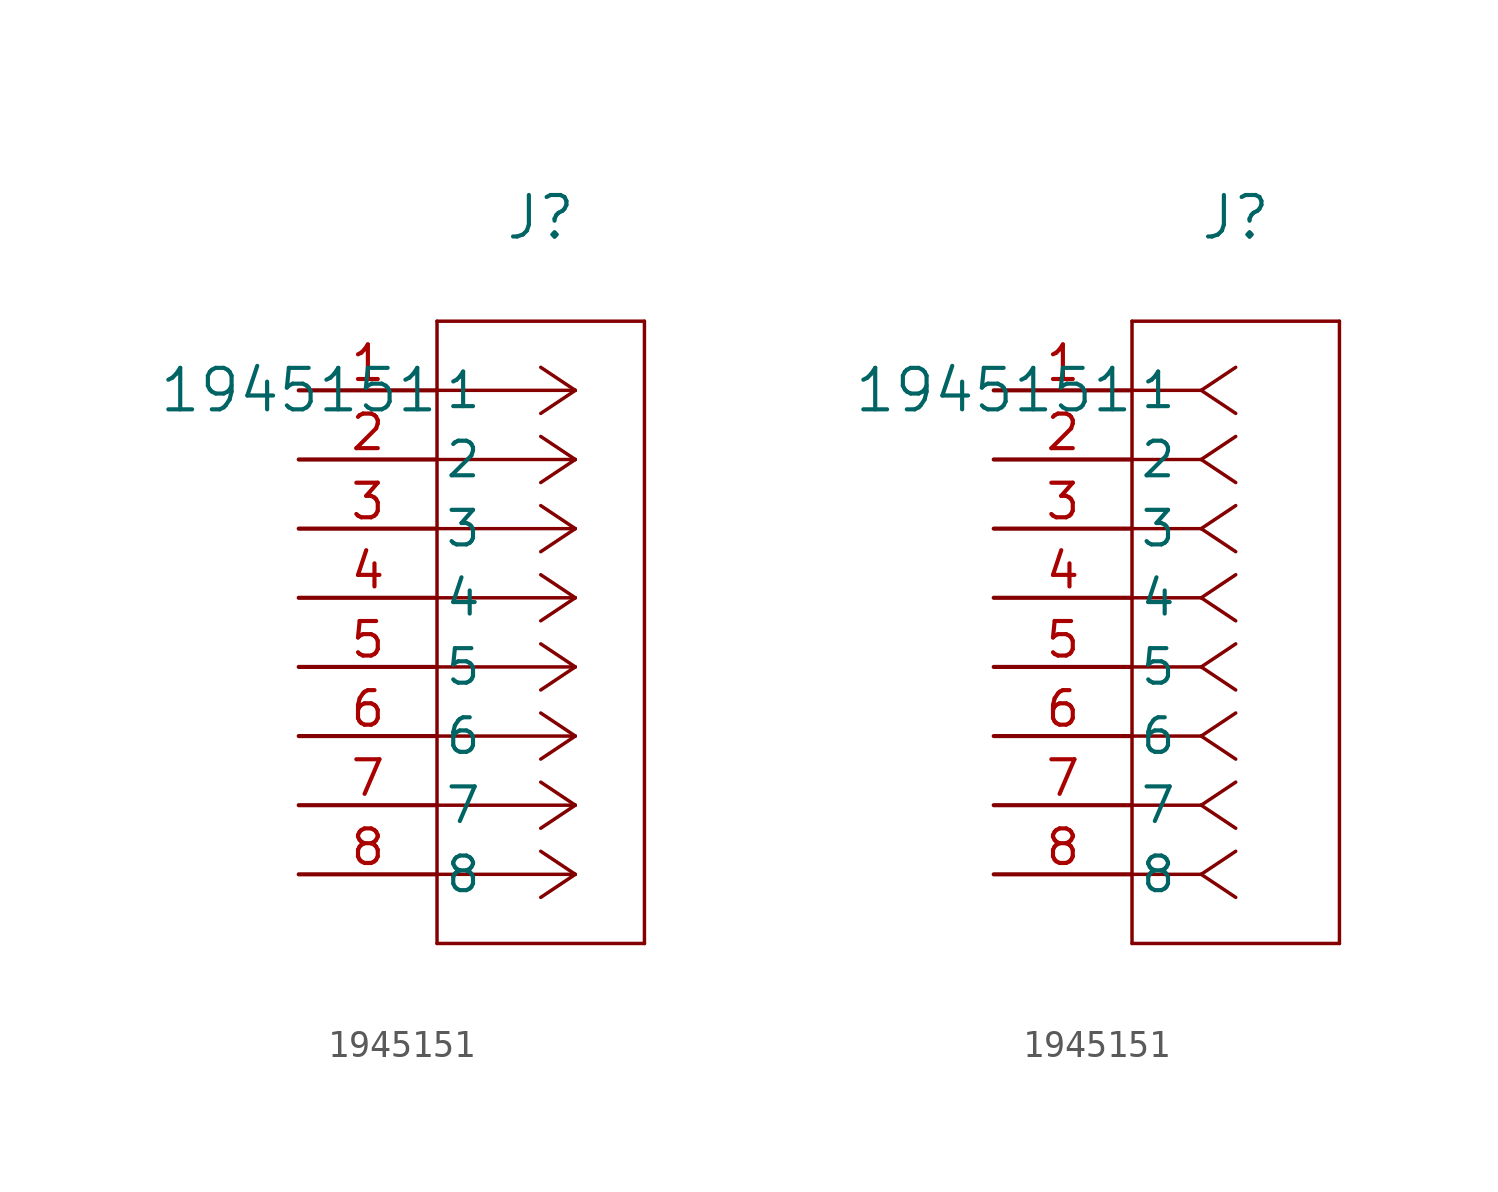
<source format=kicad_sym>
(kicad_symbol_lib
  (version 20211014)
  (generator kicad_symbol_editor)
  (symbol "1945151"
    (pin_names
      (offset 0.254))
    (property "Reference" "J"
      (at 8.89 6.35 0)
      (effects (font (size 1.524 1.524))))
    (property "Value" "1945151"
      (at 0 0 0)
      (effects (font (size 1.524 1.524))))
    (symbol "1945151_1_1"
      (polyline (pts (xy 10.16 0) (xy 5.08 0)) (stroke (width 0.127) (type default) (color 0 0 0 0)) (fill (type none)))
      (polyline (pts (xy 10.16 -2.54) (xy 5.08 -2.54)) (stroke (width 0.127) (type default) (color 0 0 0 0)) (fill (type none)))
      (polyline (pts (xy 10.16 -5.08) (xy 5.08 -5.08)) (stroke (width 0.127) (type default) (color 0 0 0 0)) (fill (type none)))
      (polyline (pts (xy 10.16 -7.62) (xy 5.08 -7.62)) (stroke (width 0.127) (type default) (color 0 0 0 0)) (fill (type none)))
      (polyline (pts (xy 10.16 -10.16) (xy 5.08 -10.16)) (stroke (width 0.127) (type default) (color 0 0 0 0)) (fill (type none)))
      (polyline (pts (xy 10.16 -12.7) (xy 5.08 -12.7)) (stroke (width 0.127) (type default) (color 0 0 0 0)) (fill (type none)))
      (polyline (pts (xy 10.16 -15.24) (xy 5.08 -15.24)) (stroke (width 0.127) (type default) (color 0 0 0 0)) (fill (type none)))
      (polyline (pts (xy 10.16 -17.78) (xy 5.08 -17.78)) (stroke (width 0.127) (type default) (color 0 0 0 0)) (fill (type none)))
      (polyline (pts (xy 10.16 0) (xy 8.89 0.847)) (stroke (width 0.127) (type default) (color 0 0 0 0)) (fill (type none)))
      (polyline (pts (xy 10.16 -2.54) (xy 8.89 -1.693)) (stroke (width 0.127) (type default) (color 0 0 0 0)) (fill (type none)))
      (polyline (pts (xy 10.16 -5.08) (xy 8.89 -4.233)) (stroke (width 0.127) (type default) (color 0 0 0 0)) (fill (type none)))
      (polyline (pts (xy 10.16 -7.62) (xy 8.89 -6.773)) (stroke (width 0.127) (type default) (color 0 0 0 0)) (fill (type none)))
      (polyline (pts (xy 10.16 -10.16) (xy 8.89 -9.313)) (stroke (width 0.127) (type default) (color 0 0 0 0)) (fill (type none)))
      (polyline (pts (xy 10.16 -12.7) (xy 8.89 -11.853)) (stroke (width 0.127) (type default) (color 0 0 0 0)) (fill (type none)))
      (polyline (pts (xy 10.16 -15.24) (xy 8.89 -14.393)) (stroke (width 0.127) (type default) (color 0 0 0 0)) (fill (type none)))
      (polyline (pts (xy 10.16 -17.78) (xy 8.89 -16.933)) (stroke (width 0.127) (type default) (color 0 0 0 0)) (fill (type none)))
      (polyline (pts (xy 10.16 0) (xy 8.89 -0.847)) (stroke (width 0.127) (type default) (color 0 0 0 0)) (fill (type none)))
      (polyline (pts (xy 10.16 -2.54) (xy 8.89 -3.387)) (stroke (width 0.127) (type default) (color 0 0 0 0)) (fill (type none)))
      (polyline (pts (xy 10.16 -5.08) (xy 8.89 -5.927)) (stroke (width 0.127) (type default) (color 0 0 0 0)) (fill (type none)))
      (polyline (pts (xy 10.16 -7.62) (xy 8.89 -8.467)) (stroke (width 0.127) (type default) (color 0 0 0 0)) (fill (type none)))
      (polyline (pts (xy 10.16 -10.16) (xy 8.89 -11.007)) (stroke (width 0.127) (type default) (color 0 0 0 0)) (fill (type none)))
      (polyline (pts (xy 10.16 -12.7) (xy 8.89 -13.547)) (stroke (width 0.127) (type default) (color 0 0 0 0)) (fill (type none)))
      (polyline (pts (xy 10.16 -15.24) (xy 8.89 -16.087)) (stroke (width 0.127) (type default) (color 0 0 0 0)) (fill (type none)))
      (polyline (pts (xy 10.16 -17.78) (xy 8.89 -18.627)) (stroke (width 0.127) (type default) (color 0 0 0 0)) (fill (type none)))
      (polyline (pts (xy 5.08 2.54) (xy 5.08 -20.32)) (stroke (width 0.127) (type default) (color 0 0 0 0)) (fill (type none)))
      (polyline (pts (xy 5.08 -20.32) (xy 12.7 -20.32)) (stroke (width 0.127) (type default) (color 0 0 0 0)) (fill (type none)))
      (polyline (pts (xy 12.7 -20.32) (xy 12.7 2.54)) (stroke (width 0.127) (type default) (color 0 0 0 0)) (fill (type none)))
      (polyline (pts (xy 12.7 2.54) (xy 5.08 2.54)) (stroke (width 0.127) (type default) (color 0 0 0 0)) (fill (type none)))
      (pin unspecified line (at 0 0 0) (length 5.08) (name "1" (effects (font (size 1.27 1.27)))) (number "1" (effects (font (size 1.27 1.27)))))
      (pin unspecified line (at 0 -2.54 0) (length 5.08) (name "2" (effects (font (size 1.27 1.27)))) (number "2" (effects (font (size 1.27 1.27)))))
      (pin unspecified line (at 0 -5.08 0) (length 5.08) (name "3" (effects (font (size 1.27 1.27)))) (number "3" (effects (font (size 1.27 1.27)))))
      (pin unspecified line (at 0 -7.62 0) (length 5.08) (name "4" (effects (font (size 1.27 1.27)))) (number "4" (effects (font (size 1.27 1.27)))))
      (pin unspecified line (at 0 -10.16 0) (length 5.08) (name "5" (effects (font (size 1.27 1.27)))) (number "5" (effects (font (size 1.27 1.27)))))
      (pin unspecified line (at 0 -12.7 0) (length 5.08) (name "6" (effects (font (size 1.27 1.27)))) (number "6" (effects (font (size 1.27 1.27)))))
      (pin unspecified line (at 0 -15.24 0) (length 5.08) (name "7" (effects (font (size 1.27 1.27)))) (number "7" (effects (font (size 1.27 1.27)))))
      (pin unspecified line (at 0 -17.78 0) (length 5.08) (name "8" (effects (font (size 1.27 1.27)))) (number "8" (effects (font (size 1.27 1.27))))))
    (symbol "1945151_1_2"
      (polyline (pts (xy 7.62 0) (xy 5.08 0)) (stroke (width 0.127) (type default) (color 0 0 0 0)) (fill (type none)))
      (polyline (pts (xy 7.62 -2.54) (xy 5.08 -2.54)) (stroke (width 0.127) (type default) (color 0 0 0 0)) (fill (type none)))
      (polyline (pts (xy 7.62 -5.08) (xy 5.08 -5.08)) (stroke (width 0.127) (type default) (color 0 0 0 0)) (fill (type none)))
      (polyline (pts (xy 7.62 -7.62) (xy 5.08 -7.62)) (stroke (width 0.127) (type default) (color 0 0 0 0)) (fill (type none)))
      (polyline (pts (xy 7.62 -10.16) (xy 5.08 -10.16)) (stroke (width 0.127) (type default) (color 0 0 0 0)) (fill (type none)))
      (polyline (pts (xy 7.62 -12.7) (xy 5.08 -12.7)) (stroke (width 0.127) (type default) (color 0 0 0 0)) (fill (type none)))
      (polyline (pts (xy 7.62 -15.24) (xy 5.08 -15.24)) (stroke (width 0.127) (type default) (color 0 0 0 0)) (fill (type none)))
      (polyline (pts (xy 7.62 -17.78) (xy 5.08 -17.78)) (stroke (width 0.127) (type default) (color 0 0 0 0)) (fill (type none)))
      (polyline (pts (xy 7.62 0) (xy 8.89 0.847)) (stroke (width 0.127) (type default) (color 0 0 0 0)) (fill (type none)))
      (polyline (pts (xy 7.62 -2.54) (xy 8.89 -1.693)) (stroke (width 0.127) (type default) (color 0 0 0 0)) (fill (type none)))
      (polyline (pts (xy 7.62 -5.08) (xy 8.89 -4.233)) (stroke (width 0.127) (type default) (color 0 0 0 0)) (fill (type none)))
      (polyline (pts (xy 7.62 -7.62) (xy 8.89 -6.773)) (stroke (width 0.127) (type default) (color 0 0 0 0)) (fill (type none)))
      (polyline (pts (xy 7.62 -10.16) (xy 8.89 -9.313)) (stroke (width 0.127) (type default) (color 0 0 0 0)) (fill (type none)))
      (polyline (pts (xy 7.62 -12.7) (xy 8.89 -11.853)) (stroke (width 0.127) (type default) (color 0 0 0 0)) (fill (type none)))
      (polyline (pts (xy 7.62 -15.24) (xy 8.89 -14.393)) (stroke (width 0.127) (type default) (color 0 0 0 0)) (fill (type none)))
      (polyline (pts (xy 7.62 -17.78) (xy 8.89 -16.933)) (stroke (width 0.127) (type default) (color 0 0 0 0)) (fill (type none)))
      (polyline (pts (xy 7.62 0) (xy 8.89 -0.847)) (stroke (width 0.127) (type default) (color 0 0 0 0)) (fill (type none)))
      (polyline (pts (xy 7.62 -2.54) (xy 8.89 -3.387)) (stroke (width 0.127) (type default) (color 0 0 0 0)) (fill (type none)))
      (polyline (pts (xy 7.62 -5.08) (xy 8.89 -5.927)) (stroke (width 0.127) (type default) (color 0 0 0 0)) (fill (type none)))
      (polyline (pts (xy 7.62 -7.62) (xy 8.89 -8.467)) (stroke (width 0.127) (type default) (color 0 0 0 0)) (fill (type none)))
      (polyline (pts (xy 7.62 -10.16) (xy 8.89 -11.007)) (stroke (width 0.127) (type default) (color 0 0 0 0)) (fill (type none)))
      (polyline (pts (xy 7.62 -12.7) (xy 8.89 -13.547)) (stroke (width 0.127) (type default) (color 0 0 0 0)) (fill (type none)))
      (polyline (pts (xy 7.62 -15.24) (xy 8.89 -16.087)) (stroke (width 0.127) (type default) (color 0 0 0 0)) (fill (type none)))
      (polyline (pts (xy 7.62 -17.78) (xy 8.89 -18.627)) (stroke (width 0.127) (type default) (color 0 0 0 0)) (fill (type none)))
      (polyline (pts (xy 5.08 2.54) (xy 5.08 -20.32)) (stroke (width 0.127) (type default) (color 0 0 0 0)) (fill (type none)))
      (polyline (pts (xy 5.08 -20.32) (xy 12.7 -20.32)) (stroke (width 0.127) (type default) (color 0 0 0 0)) (fill (type none)))
      (polyline (pts (xy 12.7 -20.32) (xy 12.7 2.54)) (stroke (width 0.127) (type default) (color 0 0 0 0)) (fill (type none)))
      (polyline (pts (xy 12.7 2.54) (xy 5.08 2.54)) (stroke (width 0.127) (type default) (color 0 0 0 0)) (fill (type none)))
      (pin unspecified line (at 0 0 0) (length 5.08) (name "1" (effects (font (size 1.27 1.27)))) (number "1" (effects (font (size 1.27 1.27)))))
      (pin unspecified line (at 0 -2.54 0) (length 5.08) (name "2" (effects (font (size 1.27 1.27)))) (number "2" (effects (font (size 1.27 1.27)))))
      (pin unspecified line (at 0 -5.08 0) (length 5.08) (name "3" (effects (font (size 1.27 1.27)))) (number "3" (effects (font (size 1.27 1.27)))))
      (pin unspecified line (at 0 -7.62 0) (length 5.08) (name "4" (effects (font (size 1.27 1.27)))) (number "4" (effects (font (size 1.27 1.27)))))
      (pin unspecified line (at 0 -10.16 0) (length 5.08) (name "5" (effects (font (size 1.27 1.27)))) (number "5" (effects (font (size 1.27 1.27)))))
      (pin unspecified line (at 0 -12.7 0) (length 5.08) (name "6" (effects (font (size 1.27 1.27)))) (number "6" (effects (font (size 1.27 1.27)))))
      (pin unspecified line (at 0 -15.24 0) (length 5.08) (name "7" (effects (font (size 1.27 1.27)))) (number "7" (effects (font (size 1.27 1.27)))))
      (pin unspecified line (at 0 -17.78 0) (length 5.08) (name "8" (effects (font (size 1.27 1.27)))) (number "8" (effects (font (size 1.27 1.27))))))))
</source>
